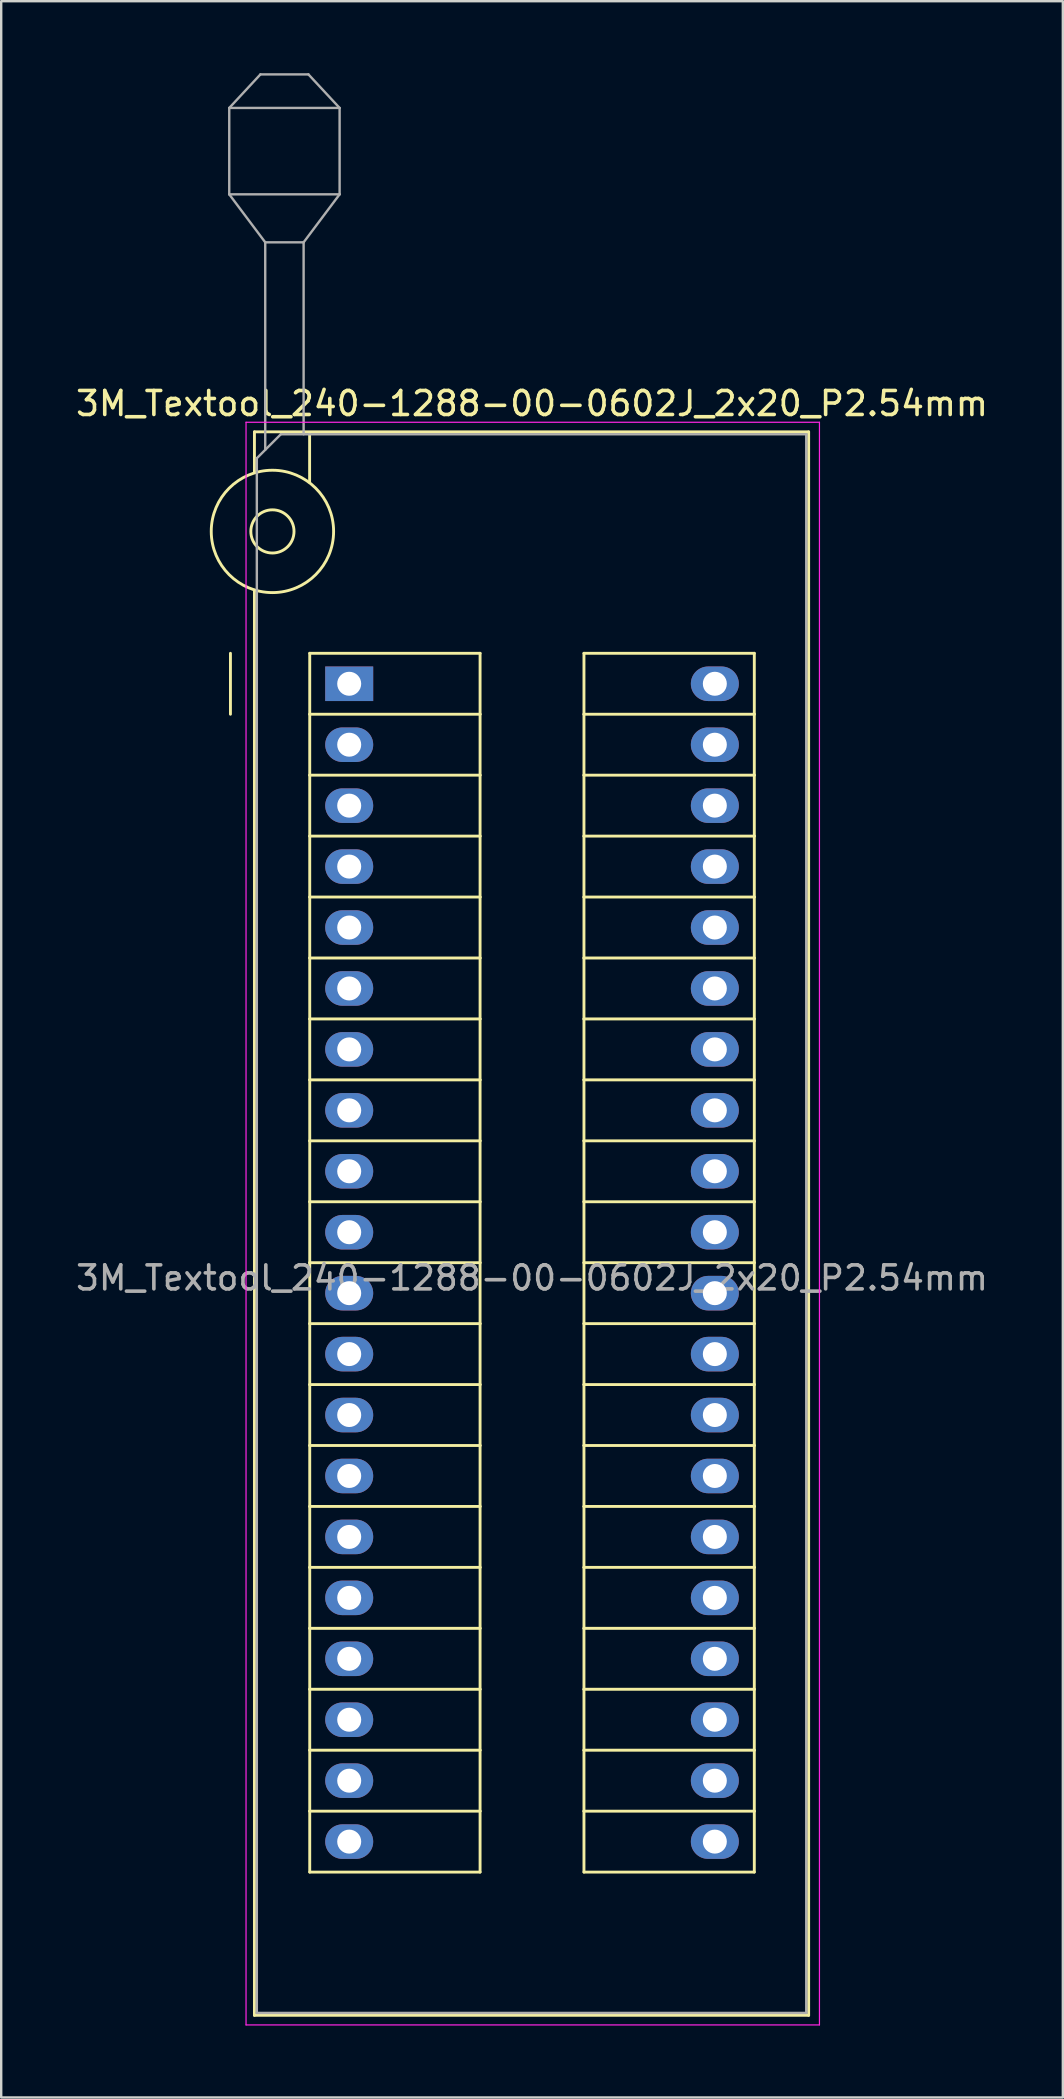
<source format=kicad_pcb>
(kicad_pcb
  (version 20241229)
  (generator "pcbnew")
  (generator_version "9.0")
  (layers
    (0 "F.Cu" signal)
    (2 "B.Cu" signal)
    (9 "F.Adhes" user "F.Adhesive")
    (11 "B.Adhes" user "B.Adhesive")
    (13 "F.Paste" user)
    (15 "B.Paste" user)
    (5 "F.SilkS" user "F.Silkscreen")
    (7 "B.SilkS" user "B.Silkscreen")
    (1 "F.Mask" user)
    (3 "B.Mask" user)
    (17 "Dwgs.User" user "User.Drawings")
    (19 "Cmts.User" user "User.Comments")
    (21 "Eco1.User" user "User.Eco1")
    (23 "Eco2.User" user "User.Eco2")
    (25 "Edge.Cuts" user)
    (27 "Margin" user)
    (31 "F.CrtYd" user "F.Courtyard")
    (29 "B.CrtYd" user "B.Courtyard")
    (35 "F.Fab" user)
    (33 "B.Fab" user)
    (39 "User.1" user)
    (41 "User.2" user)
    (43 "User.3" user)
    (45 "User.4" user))
  (footprint "3M_Textool_240-1288-00-0602J_2x20_P2.54mm"
    (layer "F.Cu")
    (at 11.505 25.45)
    (property "Reference" "3M_Textool_240-1288-00-0602J_2x20_P2.54mm" (at 7.62 -11.68 0) (layer "F.SilkS") (effects (font (size 1 1) (thickness 0.15))))
    (attr through_hole)
    (fp_line (start -4.95 1.27) (end -4.95 -1.27) (stroke (width 0.12) (type solid)) (layer "F.SilkS"))
    (fp_line (start -3.95 -10.5) (end -3.95 -8.8) (stroke (width 0.12) (type solid)) (layer "F.SilkS"))
    (fp_line (start -3.95 -3.9) (end -3.95 55.5) (stroke (width 0.12) (type solid)) (layer "F.SilkS"))
    (fp_line (start -3.95 55.5) (end 19.15 55.5) (stroke (width 0.12) (type solid)) (layer "F.SilkS"))
    (fp_line (start -1.65 -10.4) (end -1.65 -8.4) (stroke (width 0.12) (type solid)) (layer "F.SilkS"))
    (fp_line (start -1.645 -1.27) (end 5.455 -1.27) (stroke (width 0.12) (type solid)) (layer "F.SilkS"))
    (fp_line (start -1.645 1.27) (end -1.645 -1.27) (stroke (width 0.12) (type solid)) (layer "F.SilkS"))
    (fp_line (start -1.645 1.27) (end 5.455 1.27) (stroke (width 0.12) (type solid)) (layer "F.SilkS"))
    (fp_line (start -1.645 3.81) (end -1.645 1.27) (stroke (width 0.12) (type solid)) (layer "F.SilkS"))
    (fp_line (start -1.645 3.81) (end 5.455 3.81) (stroke (width 0.12) (type solid)) (layer "F.SilkS"))
    (fp_line (start -1.645 6.35) (end -1.645 3.81) (stroke (width 0.12) (type solid)) (layer "F.SilkS"))
    (fp_line (start -1.645 6.35) (end 5.455 6.35) (stroke (width 0.12) (type solid)) (layer "F.SilkS"))
    (fp_line (start -1.645 8.89) (end -1.645 6.35) (stroke (width 0.12) (type solid)) (layer "F.SilkS"))
    (fp_line (start -1.645 8.89) (end 5.455 8.89) (stroke (width 0.12) (type solid)) (layer "F.SilkS"))
    (fp_line (start -1.645 11.43) (end -1.645 8.89) (stroke (width 0.12) (type solid)) (layer "F.SilkS"))
    (fp_line (start -1.645 11.43) (end 5.455 11.43) (stroke (width 0.12) (type solid)) (layer "F.SilkS"))
    (fp_line (start -1.645 13.97) (end -1.645 11.43) (stroke (width 0.12) (type solid)) (layer "F.SilkS"))
    (fp_line (start -1.645 13.97) (end 5.455 13.97) (stroke (width 0.12) (type solid)) (layer "F.SilkS"))
    (fp_line (start -1.645 16.51) (end -1.645 13.97) (stroke (width 0.12) (type solid)) (layer "F.SilkS"))
    (fp_line (start -1.645 16.51) (end 5.455 16.51) (stroke (width 0.12) (type solid)) (layer "F.SilkS"))
    (fp_line (start -1.645 19.05) (end -1.645 16.51) (stroke (width 0.12) (type solid)) (layer "F.SilkS"))
    (fp_line (start -1.645 19.05) (end 5.455 19.05) (stroke (width 0.12) (type solid)) (layer "F.SilkS"))
    (fp_line (start -1.645 21.59) (end -1.645 19.05) (stroke (width 0.12) (type solid)) (layer "F.SilkS"))
    (fp_line (start -1.645 21.59) (end 5.455 21.59) (stroke (width 0.12) (type solid)) (layer "F.SilkS"))
    (fp_line (start -1.645 24.13) (end -1.645 21.59) (stroke (width 0.12) (type solid)) (layer "F.SilkS"))
    (fp_line (start -1.645 24.13) (end 5.455 24.13) (stroke (width 0.12) (type solid)) (layer "F.SilkS"))
    (fp_line (start -1.645 26.67) (end -1.645 24.13) (stroke (width 0.12) (type solid)) (layer "F.SilkS"))
    (fp_line (start -1.645 26.67) (end 5.455 26.67) (stroke (width 0.12) (type solid)) (layer "F.SilkS"))
    (fp_line (start -1.645 29.21) (end -1.645 26.67) (stroke (width 0.12) (type solid)) (layer "F.SilkS"))
    (fp_line (start -1.645 29.21) (end 5.455 29.21) (stroke (width 0.12) (type solid)) (layer "F.SilkS"))
    (fp_line (start -1.645 31.75) (end -1.645 29.21) (stroke (width 0.12) (type solid)) (layer "F.SilkS"))
    (fp_line (start -1.645 31.75) (end 5.455 31.75) (stroke (width 0.12) (type solid)) (layer "F.SilkS"))
    (fp_line (start -1.645 34.29) (end -1.645 31.75) (stroke (width 0.12) (type solid)) (layer "F.SilkS"))
    (fp_line (start -1.645 34.29) (end 5.455 34.29) (stroke (width 0.12) (type solid)) (layer "F.SilkS"))
    (fp_line (start -1.645 36.83) (end -1.645 34.29) (stroke (width 0.12) (type solid)) (layer "F.SilkS"))
    (fp_line (start -1.645 36.83) (end 5.455 36.83) (stroke (width 0.12) (type solid)) (layer "F.SilkS"))
    (fp_line (start -1.645 39.37) (end -1.645 36.83) (stroke (width 0.12) (type solid)) (layer "F.SilkS"))
    (fp_line (start -1.645 39.37) (end 5.455 39.37) (stroke (width 0.12) (type solid)) (layer "F.SilkS"))
    (fp_line (start -1.645 41.91) (end -1.645 39.37) (stroke (width 0.12) (type solid)) (layer "F.SilkS"))
    (fp_line (start -1.645 41.91) (end 5.455 41.91) (stroke (width 0.12) (type solid)) (layer "F.SilkS"))
    (fp_line (start -1.645 44.45) (end -1.645 41.91) (stroke (width 0.12) (type solid)) (layer "F.SilkS"))
    (fp_line (start -1.645 44.45) (end 5.455 44.45) (stroke (width 0.12) (type solid)) (layer "F.SilkS"))
    (fp_line (start -1.645 46.99) (end -1.645 44.45) (stroke (width 0.12) (type solid)) (layer "F.SilkS"))
    (fp_line (start -1.645 46.99) (end 5.455 46.99) (stroke (width 0.12) (type solid)) (layer "F.SilkS"))
    (fp_line (start -1.645 49.53) (end -1.645 46.99) (stroke (width 0.12) (type solid)) (layer "F.SilkS"))
    (fp_line (start -1.645 49.53) (end 5.455 49.53) (stroke (width 0.12) (type solid)) (layer "F.SilkS"))
    (fp_line (start 5.455 -1.27) (end 5.455 1.27) (stroke (width 0.12) (type solid)) (layer "F.SilkS"))
    (fp_line (start 5.455 1.27) (end 5.455 3.81) (stroke (width 0.12) (type solid)) (layer "F.SilkS"))
    (fp_line (start 5.455 3.81) (end 5.455 6.35) (stroke (width 0.12) (type solid)) (layer "F.SilkS"))
    (fp_line (start 5.455 6.35) (end 5.455 8.89) (stroke (width 0.12) (type solid)) (layer "F.SilkS"))
    (fp_line (start 5.455 8.89) (end 5.455 11.43) (stroke (width 0.12) (type solid)) (layer "F.SilkS"))
    (fp_line (start 5.455 11.43) (end 5.455 13.97) (stroke (width 0.12) (type solid)) (layer "F.SilkS"))
    (fp_line (start 5.455 13.97) (end 5.455 16.51) (stroke (width 0.12) (type solid)) (layer "F.SilkS"))
    (fp_line (start 5.455 16.51) (end 5.455 19.05) (stroke (width 0.12) (type solid)) (layer "F.SilkS"))
    (fp_line (start 5.455 19.05) (end 5.455 21.59) (stroke (width 0.12) (type solid)) (layer "F.SilkS"))
    (fp_line (start 5.455 21.59) (end 5.455 24.13) (stroke (width 0.12) (type solid)) (layer "F.SilkS"))
    (fp_line (start 5.455 24.13) (end 5.455 26.67) (stroke (width 0.12) (type solid)) (layer "F.SilkS"))
    (fp_line (start 5.455 26.67) (end 5.455 29.21) (stroke (width 0.12) (type solid)) (layer "F.SilkS"))
    (fp_line (start 5.455 29.21) (end 5.455 31.75) (stroke (width 0.12) (type solid)) (layer "F.SilkS"))
    (fp_line (start 5.455 31.75) (end 5.455 34.29) (stroke (width 0.12) (type solid)) (layer "F.SilkS"))
    (fp_line (start 5.455 34.29) (end 5.455 36.83) (stroke (width 0.12) (type solid)) (layer "F.SilkS"))
    (fp_line (start 5.455 36.83) (end 5.455 39.37) (stroke (width 0.12) (type solid)) (layer "F.SilkS"))
    (fp_line (start 5.455 39.37) (end 5.455 41.91) (stroke (width 0.12) (type solid)) (layer "F.SilkS"))
    (fp_line (start 5.455 41.91) (end 5.455 44.45) (stroke (width 0.12) (type solid)) (layer "F.SilkS"))
    (fp_line (start 5.455 44.45) (end 5.455 46.99) (stroke (width 0.12) (type solid)) (layer "F.SilkS"))
    (fp_line (start 5.455 46.99) (end 5.455 49.53) (stroke (width 0.12) (type solid)) (layer "F.SilkS"))
    (fp_line (start 9.785 -1.27) (end 16.885 -1.27) (stroke (width 0.12) (type solid)) (layer "F.SilkS"))
    (fp_line (start 9.785 1.27) (end 9.785 -1.27) (stroke (width 0.12) (type solid)) (layer "F.SilkS"))
    (fp_line (start 9.785 1.27) (end 16.885 1.27) (stroke (width 0.12) (type solid)) (layer "F.SilkS"))
    (fp_line (start 9.785 3.81) (end 9.785 1.27) (stroke (width 0.12) (type solid)) (layer "F.SilkS"))
    (fp_line (start 9.785 3.81) (end 16.885 3.81) (stroke (width 0.12) (type solid)) (layer "F.SilkS"))
    (fp_line (start 9.785 6.35) (end 9.785 3.81) (stroke (width 0.12) (type solid)) (layer "F.SilkS"))
    (fp_line (start 9.785 6.35) (end 16.885 6.35) (stroke (width 0.12) (type solid)) (layer "F.SilkS"))
    (fp_line (start 9.785 8.89) (end 9.785 6.35) (stroke (width 0.12) (type solid)) (layer "F.SilkS"))
    (fp_line (start 9.785 8.89) (end 16.885 8.89) (stroke (width 0.12) (type solid)) (layer "F.SilkS"))
    (fp_line (start 9.785 11.43) (end 9.785 8.89) (stroke (width 0.12) (type solid)) (layer "F.SilkS"))
    (fp_line (start 9.785 11.43) (end 16.885 11.43) (stroke (width 0.12) (type solid)) (layer "F.SilkS"))
    (fp_line (start 9.785 13.97) (end 9.785 11.43) (stroke (width 0.12) (type solid)) (layer "F.SilkS"))
    (fp_line (start 9.785 13.97) (end 16.885 13.97) (stroke (width 0.12) (type solid)) (layer "F.SilkS"))
    (fp_line (start 9.785 16.51) (end 9.785 13.97) (stroke (width 0.12) (type solid)) (layer "F.SilkS"))
    (fp_line (start 9.785 16.51) (end 16.885 16.51) (stroke (width 0.12) (type solid)) (layer "F.SilkS"))
    (fp_line (start 9.785 19.05) (end 9.785 16.51) (stroke (width 0.12) (type solid)) (layer "F.SilkS"))
    (fp_line (start 9.785 19.05) (end 16.885 19.05) (stroke (width 0.12) (type solid)) (layer "F.SilkS"))
    (fp_line (start 9.785 21.59) (end 9.785 19.05) (stroke (width 0.12) (type solid)) (layer "F.SilkS"))
    (fp_line (start 9.785 21.59) (end 16.885 21.59) (stroke (width 0.12) (type solid)) (layer "F.SilkS"))
    (fp_line (start 9.785 24.13) (end 9.785 21.59) (stroke (width 0.12) (type solid)) (layer "F.SilkS"))
    (fp_line (start 9.785 24.13) (end 16.885 24.13) (stroke (width 0.12) (type solid)) (layer "F.SilkS"))
    (fp_line (start 9.785 26.67) (end 9.785 24.13) (stroke (width 0.12) (type solid)) (layer "F.SilkS"))
    (fp_line (start 9.785 26.67) (end 16.885 26.67) (stroke (width 0.12) (type solid)) (layer "F.SilkS"))
    (fp_line (start 9.785 29.21) (end 9.785 26.67) (stroke (width 0.12) (type solid)) (layer "F.SilkS"))
    (fp_line (start 9.785 29.21) (end 16.885 29.21) (stroke (width 0.12) (type solid)) (layer "F.SilkS"))
    (fp_line (start 9.785 31.75) (end 9.785 29.21) (stroke (width 0.12) (type solid)) (layer "F.SilkS"))
    (fp_line (start 9.785 31.75) (end 16.885 31.75) (stroke (width 0.12) (type solid)) (layer "F.SilkS"))
    (fp_line (start 9.785 34.29) (end 9.785 31.75) (stroke (width 0.12) (type solid)) (layer "F.SilkS"))
    (fp_line (start 9.785 34.29) (end 16.885 34.29) (stroke (width 0.12) (type solid)) (layer "F.SilkS"))
    (fp_line (start 9.785 36.83) (end 9.785 34.29) (stroke (width 0.12) (type solid)) (layer "F.SilkS"))
    (fp_line (start 9.785 36.83) (end 16.885 36.83) (stroke (width 0.12) (type solid)) (layer "F.SilkS"))
    (fp_line (start 9.785 39.37) (end 9.785 36.83) (stroke (width 0.12) (type solid)) (layer "F.SilkS"))
    (fp_line (start 9.785 39.37) (end 16.885 39.37) (stroke (width 0.12) (type solid)) (layer "F.SilkS"))
    (fp_line (start 9.785 41.91) (end 9.785 39.37) (stroke (width 0.12) (type solid)) (layer "F.SilkS"))
    (fp_line (start 9.785 41.91) (end 16.885 41.91) (stroke (width 0.12) (type solid)) (layer "F.SilkS"))
    (fp_line (start 9.785 44.45) (end 9.785 41.91) (stroke (width 0.12) (type solid)) (layer "F.SilkS"))
    (fp_line (start 9.785 44.45) (end 16.885 44.45) (stroke (width 0.12) (type solid)) (layer "F.SilkS"))
    (fp_line (start 9.785 46.99) (end 9.785 44.45) (stroke (width 0.12) (type solid)) (layer "F.SilkS"))
    (fp_line (start 9.785 46.99) (end 16.885 46.99) (stroke (width 0.12) (type solid)) (layer "F.SilkS"))
    (fp_line (start 9.785 49.53) (end 9.785 46.99) (stroke (width 0.12) (type solid)) (layer "F.SilkS"))
    (fp_line (start 9.785 49.53) (end 16.885 49.53) (stroke (width 0.12) (type solid)) (layer "F.SilkS"))
    (fp_line (start 16.885 -1.27) (end 16.885 1.27) (stroke (width 0.12) (type solid)) (layer "F.SilkS"))
    (fp_line (start 16.885 1.27) (end 16.885 3.81) (stroke (width 0.12) (type solid)) (layer "F.SilkS"))
    (fp_line (start 16.885 3.81) (end 16.885 6.35) (stroke (width 0.12) (type solid)) (layer "F.SilkS"))
    (fp_line (start 16.885 6.35) (end 16.885 8.89) (stroke (width 0.12) (type solid)) (layer "F.SilkS"))
    (fp_line (start 16.885 8.89) (end 16.885 11.43) (stroke (width 0.12) (type solid)) (layer "F.SilkS"))
    (fp_line (start 16.885 11.43) (end 16.885 13.97) (stroke (width 0.12) (type solid)) (layer "F.SilkS"))
    (fp_line (start 16.885 13.97) (end 16.885 16.51) (stroke (width 0.12) (type solid)) (layer "F.SilkS"))
    (fp_line (start 16.885 16.51) (end 16.885 19.05) (stroke (width 0.12) (type solid)) (layer "F.SilkS"))
    (fp_line (start 16.885 19.05) (end 16.885 21.59) (stroke (width 0.12) (type solid)) (layer "F.SilkS"))
    (fp_line (start 16.885 21.59) (end 16.885 24.13) (stroke (width 0.12) (type solid)) (layer "F.SilkS"))
    (fp_line (start 16.885 24.13) (end 16.885 26.67) (stroke (width 0.12) (type solid)) (layer "F.SilkS"))
    (fp_line (start 16.885 26.67) (end 16.885 29.21) (stroke (width 0.12) (type solid)) (layer "F.SilkS"))
    (fp_line (start 16.885 29.21) (end 16.885 31.75) (stroke (width 0.12) (type solid)) (layer "F.SilkS"))
    (fp_line (start 16.885 31.75) (end 16.885 34.29) (stroke (width 0.12) (type solid)) (layer "F.SilkS"))
    (fp_line (start 16.885 34.29) (end 16.885 36.83) (stroke (width 0.12) (type solid)) (layer "F.SilkS"))
    (fp_line (start 16.885 36.83) (end 16.885 39.37) (stroke (width 0.12) (type solid)) (layer "F.SilkS"))
    (fp_line (start 16.885 39.37) (end 16.885 41.91) (stroke (width 0.12) (type solid)) (layer "F.SilkS"))
    (fp_line (start 16.885 41.91) (end 16.885 44.45) (stroke (width 0.12) (type solid)) (layer "F.SilkS"))
    (fp_line (start 16.885 44.45) (end 16.885 46.99) (stroke (width 0.12) (type solid)) (layer "F.SilkS"))
    (fp_line (start 16.885 46.99) (end 16.885 49.53) (stroke (width 0.12) (type solid)) (layer "F.SilkS"))
    (fp_line (start 19.15 -10.5) (end -3.95 -10.5) (stroke (width 0.12) (type solid)) (layer "F.SilkS"))
    (fp_line (start 19.15 55.5) (end 19.15 -10.5) (stroke (width 0.12) (type solid)) (layer "F.SilkS"))
    (fp_circle (center -3.2 -6.35) (end -2.3 -6.35) (stroke (width 0.12) (type solid)) (fill no) (layer "F.SilkS"))
    (fp_circle (center -3.2 -6.35) (end -0.65 -6.35) (stroke (width 0.12) (type solid)) (fill no) (layer "F.SilkS"))
    (fp_line (start -4.3 55.9) (end -4.3 -10.9) (stroke (width 0.05) (type solid)) (layer "F.CrtYd"))
    (fp_line (start 19.6 -10.9) (end -4.3 -10.9) (stroke (width 0.05) (type solid)) (layer "F.CrtYd"))
    (fp_line (start 19.6 55.9) (end -4.3 55.9) (stroke (width 0.05) (type solid)) (layer "F.CrtYd"))
    (fp_line (start 19.6 55.9) (end 19.6 -10.9) (stroke (width 0.05) (type solid)) (layer "F.CrtYd"))
    (fp_line (start -5 -24) (end -0.4 -24) (stroke (width 0.1) (type solid)) (layer "F.Fab"))
    (fp_line (start -5 -20.4) (end -5 -24) (stroke (width 0.1) (type solid)) (layer "F.Fab"))
    (fp_line (start -5 -20.4) (end -3.5 -18.4) (stroke (width 0.1) (type solid)) (layer "F.Fab"))
    (fp_line (start -5 -20.4) (end -0.4 -20.4) (stroke (width 0.1) (type solid)) (layer "F.Fab"))
    (fp_line (start -3.85 -9.4) (end -2.85 -10.4) (stroke (width 0.1) (type solid)) (layer "F.Fab"))
    (fp_line (start -3.85 55.4) (end -3.85 -9.4) (stroke (width 0.1) (type solid)) (layer "F.Fab"))
    (fp_line (start -3.85 55.4) (end 19.05 55.4) (stroke (width 0.1) (type solid)) (layer "F.Fab"))
    (fp_line (start -3.7 -25.4) (end -5 -24) (stroke (width 0.1) (type solid)) (layer "F.Fab"))
    (fp_line (start -3.7 -25.4) (end -1.7 -25.4) (stroke (width 0.1) (type solid)) (layer "F.Fab"))
    (fp_line (start -3.5 -18.4) (end -3.5 -9.75) (stroke (width 0.1) (type solid)) (layer "F.Fab"))
    (fp_line (start -2.85 -10.4) (end 19.05 -10.4) (stroke (width 0.1) (type solid)) (layer "F.Fab"))
    (fp_line (start -1.9 -18.4) (end -3.5 -18.4) (stroke (width 0.1) (type solid)) (layer "F.Fab"))
    (fp_line (start -1.9 -18.4) (end -1.9 -10.4) (stroke (width 0.1) (type solid)) (layer "F.Fab"))
    (fp_line (start -1.7 -25.4) (end -0.4 -24) (stroke (width 0.1) (type solid)) (layer "F.Fab"))
    (fp_line (start -0.4 -20.4) (end -1.9 -18.4) (stroke (width 0.1) (type solid)) (layer "F.Fab"))
    (fp_line (start -0.4 -20.4) (end -0.4 -24) (stroke (width 0.1) (type solid)) (layer "F.Fab"))
    (fp_line (start 19.05 55.4) (end 19.05 -10.4) (stroke (width 0.1) (type solid)) (layer "F.Fab"))
    (fp_text user "${REFERENCE}" (at 7.62 24.765 0) (layer "F.Fab") (effects (font (size 1 1) (thickness 0.15))))
    (pad "1" thru_hole rect (at 0 0) (size 2 1.44) (drill 1) (layers "*.Cu" "*.Mask"))
    (pad "2" thru_hole oval (at 0 2.54) (size 2 1.44) (drill 1) (layers "*.Cu" "*.Mask"))
    (pad "3" thru_hole oval (at 0 5.08) (size 2 1.44) (drill 1) (layers "*.Cu" "*.Mask"))
    (pad "4" thru_hole oval (at 0 7.62) (size 2 1.44) (drill 1) (layers "*.Cu" "*.Mask"))
    (pad "5" thru_hole oval (at 0 10.16) (size 2 1.44) (drill 1) (layers "*.Cu" "*.Mask"))
    (pad "6" thru_hole oval (at 0 12.7) (size 2 1.44) (drill 1) (layers "*.Cu" "*.Mask"))
    (pad "7" thru_hole oval (at 0 15.24) (size 2 1.44) (drill 1) (layers "*.Cu" "*.Mask"))
    (pad "8" thru_hole oval (at 0 17.78) (size 2 1.44) (drill 1) (layers "*.Cu" "*.Mask"))
    (pad "9" thru_hole oval (at 0 20.32) (size 2 1.44) (drill 1) (layers "*.Cu" "*.Mask"))
    (pad "10" thru_hole oval (at 0 22.86) (size 2 1.44) (drill 1) (layers "*.Cu" "*.Mask"))
    (pad "11" thru_hole oval (at 0 25.4) (size 2 1.44) (drill 1) (layers "*.Cu" "*.Mask"))
    (pad "12" thru_hole oval (at 0 27.94) (size 2 1.44) (drill 1) (layers "*.Cu" "*.Mask"))
    (pad "13" thru_hole oval (at 0 30.48) (size 2 1.44) (drill 1) (layers "*.Cu" "*.Mask"))
    (pad "14" thru_hole oval (at 0 33.02) (size 2 1.44) (drill 1) (layers "*.Cu" "*.Mask"))
    (pad "15" thru_hole oval (at 0 35.56) (size 2 1.44) (drill 1) (layers "*.Cu" "*.Mask"))
    (pad "16" thru_hole oval (at 0 38.1) (size 2 1.44) (drill 1) (layers "*.Cu" "*.Mask"))
    (pad "17" thru_hole oval (at 0 40.64) (size 2 1.44) (drill 1) (layers "*.Cu" "*.Mask"))
    (pad "18" thru_hole oval (at 0 43.18) (size 2 1.44) (drill 1) (layers "*.Cu" "*.Mask"))
    (pad "19" thru_hole oval (at 0 45.72) (size 2 1.44) (drill 1) (layers "*.Cu" "*.Mask"))
    (pad "20" thru_hole oval (at 0 48.26) (size 2 1.44) (drill 1) (layers "*.Cu" "*.Mask"))
    (pad "21" thru_hole oval (at 15.24 48.26) (size 2 1.44) (drill 1) (layers "*.Cu" "*.Mask"))
    (pad "22" thru_hole oval (at 15.24 45.72) (size 2 1.44) (drill 1) (layers "*.Cu" "*.Mask"))
    (pad "23" thru_hole oval (at 15.24 43.18) (size 2 1.44) (drill 1) (layers "*.Cu" "*.Mask"))
    (pad "24" thru_hole oval (at 15.24 40.64) (size 2 1.44) (drill 1) (layers "*.Cu" "*.Mask"))
    (pad "25" thru_hole oval (at 15.24 38.1) (size 2 1.44) (drill 1) (layers "*.Cu" "*.Mask"))
    (pad "26" thru_hole oval (at 15.24 35.56) (size 2 1.44) (drill 1) (layers "*.Cu" "*.Mask"))
    (pad "27" thru_hole oval (at 15.24 33.02) (size 2 1.44) (drill 1) (layers "*.Cu" "*.Mask"))
    (pad "28" thru_hole oval (at 15.24 30.48) (size 2 1.44) (drill 1) (layers "*.Cu" "*.Mask"))
    (pad "29" thru_hole oval (at 15.24 27.94) (size 2 1.44) (drill 1) (layers "*.Cu" "*.Mask"))
    (pad "30" thru_hole oval (at 15.24 25.4) (size 2 1.44) (drill 1) (layers "*.Cu" "*.Mask"))
    (pad "31" thru_hole oval (at 15.24 22.86) (size 2 1.44) (drill 1) (layers "*.Cu" "*.Mask"))
    (pad "32" thru_hole oval (at 15.24 20.32) (size 2 1.44) (drill 1) (layers "*.Cu" "*.Mask"))
    (pad "33" thru_hole oval (at 15.24 17.78) (size 2 1.44) (drill 1) (layers "*.Cu" "*.Mask"))
    (pad "34" thru_hole oval (at 15.24 15.24) (size 2 1.44) (drill 1) (layers "*.Cu" "*.Mask"))
    (pad "35" thru_hole oval (at 15.24 12.7) (size 2 1.44) (drill 1) (layers "*.Cu" "*.Mask"))
    (pad "36" thru_hole oval (at 15.24 10.16) (size 2 1.44) (drill 1) (layers "*.Cu" "*.Mask"))
    (pad "37" thru_hole oval (at 15.24 7.62) (size 2 1.44) (drill 1) (layers "*.Cu" "*.Mask"))
    (pad "38" thru_hole oval (at 15.24 5.08) (size 2 1.44) (drill 1) (layers "*.Cu" "*.Mask"))
    (pad "39" thru_hole oval (at 15.24 2.54) (size 2 1.44) (drill 1) (layers "*.Cu" "*.Mask"))
    (pad "40" thru_hole oval (at 15.24 0) (size 2 1.44) (drill 1) (layers "*.Cu" "*.Mask")))
  (gr_rect
    (start -3 -3)
    (end 41.25 84.375)
    (stroke (width 0.1) (type default))
    (fill no)
    (layer "Edge.Cuts")))
</source>
